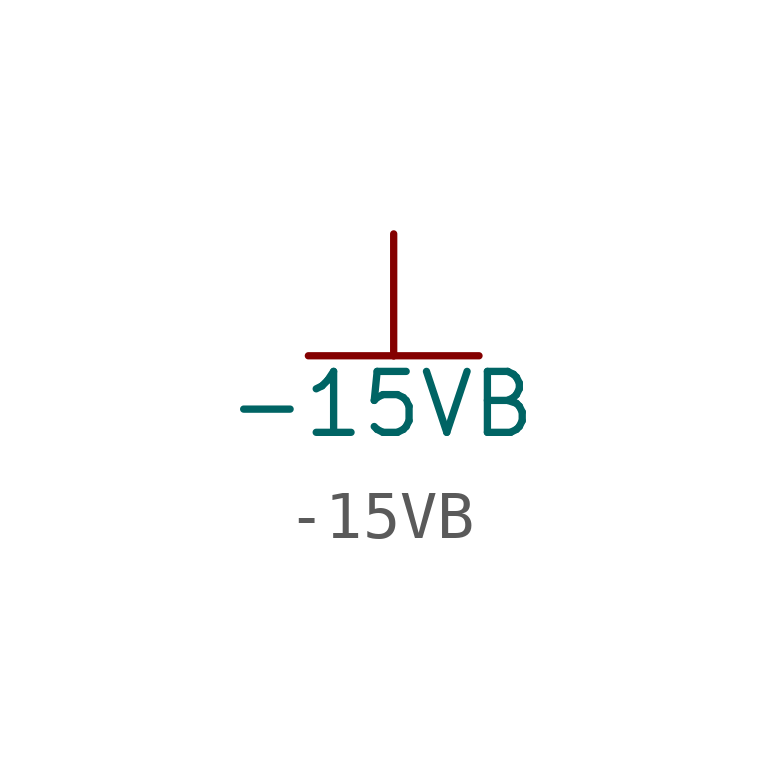
<source format=kicad_sym>
(kicad_symbol_lib
  (version 20220914)
  (generator kicad_symbol_editor)
  (symbol "-15VB"
    (power)
    (pin_numbers hide)
    (pin_names
      (offset 0) hide)
    (property "Reference" "#PWR"
      (at 0 -7.112 0)
      (effects (font (size 1.27 1.27)) hide))
    (property "Value" "-15VB"
      (at -0.254 -3.556 0)
      (effects (font (size 1.27 1.27))))
    (property "Footprint" ""
      (at 0 0 0)
      (effects (font (size 1.524 1.524))))
    (property "Datasheet" ""
      (at 0 0 0)
      (effects (font (size 1.524 1.524))))
    (symbol "-15VB_0_1"
      (polyline (pts (xy -1.778 -2.54) (xy 0 -2.54)) (stroke (width 0) (type default)) (fill (type none)))
      (polyline (pts (xy 0 -2.54) (xy 0 0)) (stroke (width 0) (type default)) (fill (type none)))
      (polyline (pts (xy 0 -2.54) (xy 1.778 -2.54)) (stroke (width 0) (type default)) (fill (type none))))
    (symbol "-15VB_1_1"
      (pin power_in line (at 0 0 270) (length 0) hide (name "-15VB" (effects (font (size 1.27 1.27)))) (number "1" (effects (font (size 1.27 1.27))))))))
</source>
